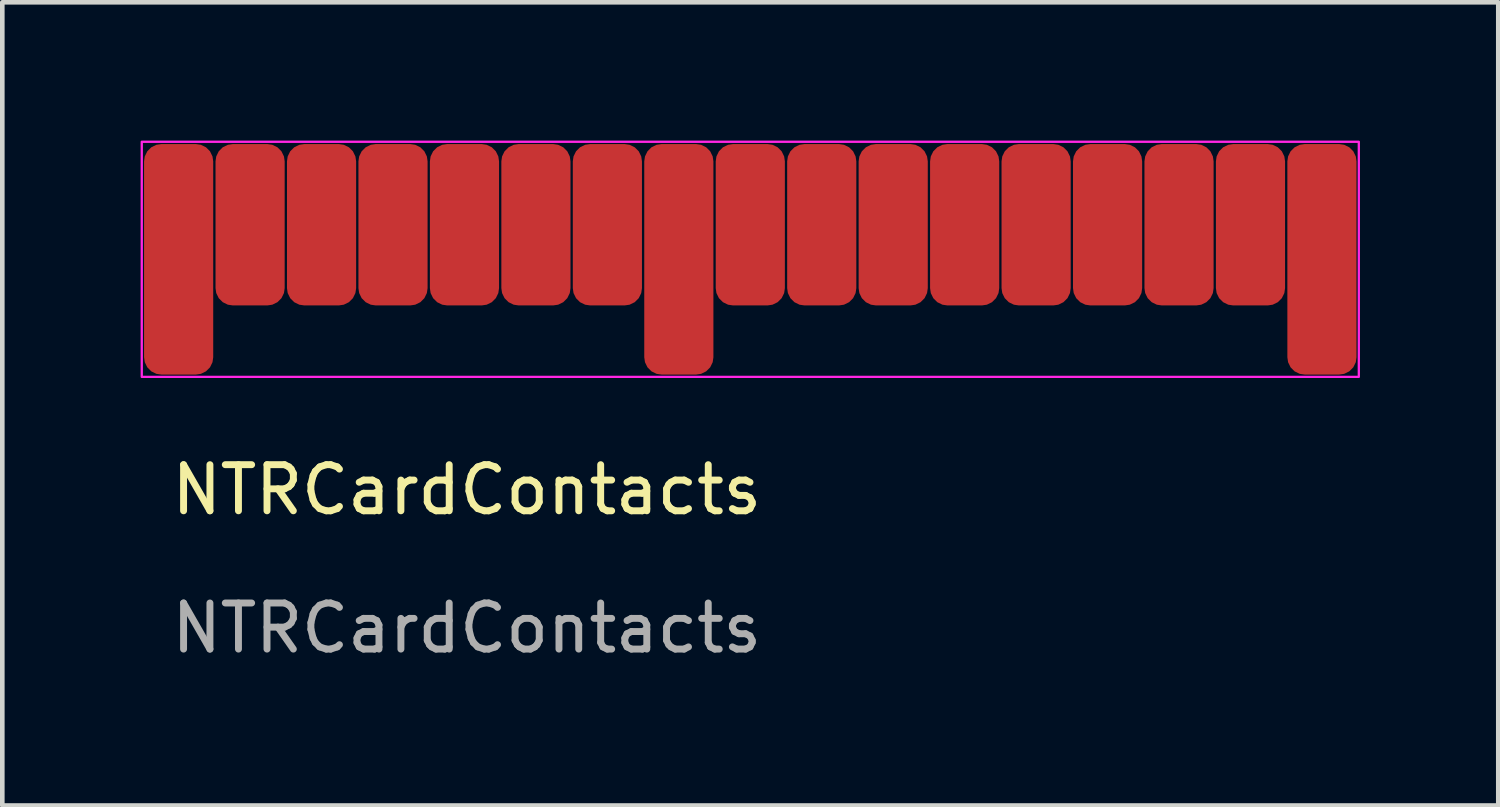
<source format=kicad_pcb>
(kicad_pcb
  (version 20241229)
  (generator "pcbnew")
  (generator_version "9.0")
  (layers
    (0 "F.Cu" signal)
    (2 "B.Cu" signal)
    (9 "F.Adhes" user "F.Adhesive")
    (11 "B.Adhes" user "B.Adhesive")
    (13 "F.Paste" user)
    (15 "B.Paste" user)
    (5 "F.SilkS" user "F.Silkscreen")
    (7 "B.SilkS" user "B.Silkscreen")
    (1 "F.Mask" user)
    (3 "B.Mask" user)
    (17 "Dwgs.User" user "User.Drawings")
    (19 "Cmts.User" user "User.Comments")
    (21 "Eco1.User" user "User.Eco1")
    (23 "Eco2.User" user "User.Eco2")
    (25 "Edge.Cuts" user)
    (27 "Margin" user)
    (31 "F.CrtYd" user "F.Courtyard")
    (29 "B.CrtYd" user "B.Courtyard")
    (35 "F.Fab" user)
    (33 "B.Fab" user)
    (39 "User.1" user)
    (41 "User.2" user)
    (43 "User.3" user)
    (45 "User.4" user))
  (footprint "NTRCardContacts"
    (layer "F.Cu")
    (at 7.075 8.075)
    (property "Reference" "NTRCardContacts" (at 0 -0.5 0) (unlocked yes) (layer "F.SilkS") (effects (font (size 1 1) (thickness 0.15))))
    (attr smd)
    (fp_rect (start -7.05 -8.05) (end 19.35 -2.95) (stroke (width 0.05) (type solid)) (fill no) (layer "F.CrtYd"))
    (fp_text user "${REFERENCE}" (at 0 2.5 0) (unlocked yes) (layer "F.Fab") (effects (font (size 1 1) (thickness 0.15))))
    (pad "1" smd roundrect (at -6.25 -5.5) (size 1.5 5) (layers "F.Cu" "F.Mask" "F.Paste") (roundrect_rratio 0.25))
    (pad "2" smd roundrect (at -4.7 -6.25) (size 1.5 3.5) (layers "F.Cu" "F.Mask" "F.Paste") (roundrect_rratio 0.25))
    (pad "3" smd roundrect (at -3.15 -6.25) (size 1.5 3.5) (layers "F.Cu" "F.Mask" "F.Paste") (roundrect_rratio 0.25))
    (pad "4" smd roundrect (at -1.6 -6.25) (size 1.5 3.5) (layers "F.Cu" "F.Mask" "F.Paste") (roundrect_rratio 0.25))
    (pad "5" smd roundrect (at -0.05 -6.25) (size 1.5 3.5) (layers "F.Cu" "F.Mask" "F.Paste") (roundrect_rratio 0.25))
    (pad "6" smd roundrect (at 1.5 -6.25) (size 1.5 3.5) (layers "F.Cu" "F.Mask" "F.Paste") (roundrect_rratio 0.25))
    (pad "7" smd roundrect (at 3.05 -6.25) (size 1.5 3.5) (layers "F.Cu" "F.Mask" "F.Paste") (roundrect_rratio 0.25))
    (pad "8" smd roundrect (at 4.6 -5.5) (size 1.5 5) (layers "F.Cu" "F.Mask" "F.Paste") (roundrect_rratio 0.25))
    (pad "9" smd roundrect (at 6.15 -6.25) (size 1.5 3.5) (layers "F.Cu" "F.Mask" "F.Paste") (roundrect_rratio 0.25))
    (pad "10" smd roundrect (at 7.7 -6.25) (size 1.5 3.5) (layers "F.Cu" "F.Mask" "F.Paste") (roundrect_rratio 0.25))
    (pad "11" smd roundrect (at 9.25 -6.25) (size 1.5 3.5) (layers "F.Cu" "F.Mask" "F.Paste") (roundrect_rratio 0.25))
    (pad "12" smd roundrect (at 10.8 -6.25) (size 1.5 3.5) (layers "F.Cu" "F.Mask" "F.Paste") (roundrect_rratio 0.25))
    (pad "13" smd roundrect (at 12.35 -6.25) (size 1.5 3.5) (layers "F.Cu" "F.Mask" "F.Paste") (roundrect_rratio 0.25))
    (pad "14" smd roundrect (at 13.9 -6.25) (size 1.5 3.5) (layers "F.Cu" "F.Mask" "F.Paste") (roundrect_rratio 0.25))
    (pad "15" smd roundrect (at 15.45 -6.25) (size 1.5 3.5) (layers "F.Cu" "F.Mask" "F.Paste") (roundrect_rratio 0.25))
    (pad "16" smd roundrect (at 17 -6.25) (size 1.5 3.5) (layers "F.Cu" "F.Mask" "F.Paste") (roundrect_rratio 0.25))
    (pad "17" smd roundrect (at 18.55 -5.5) (size 1.5 5) (layers "F.Cu" "F.Mask" "F.Paste") (roundrect_rratio 0.25)))
  (gr_rect
    (start -3 -3)
    (end 29.45 14.423)
    (stroke (width 0.1) (type default))
    (fill no)
    (layer "Edge.Cuts")))
</source>
